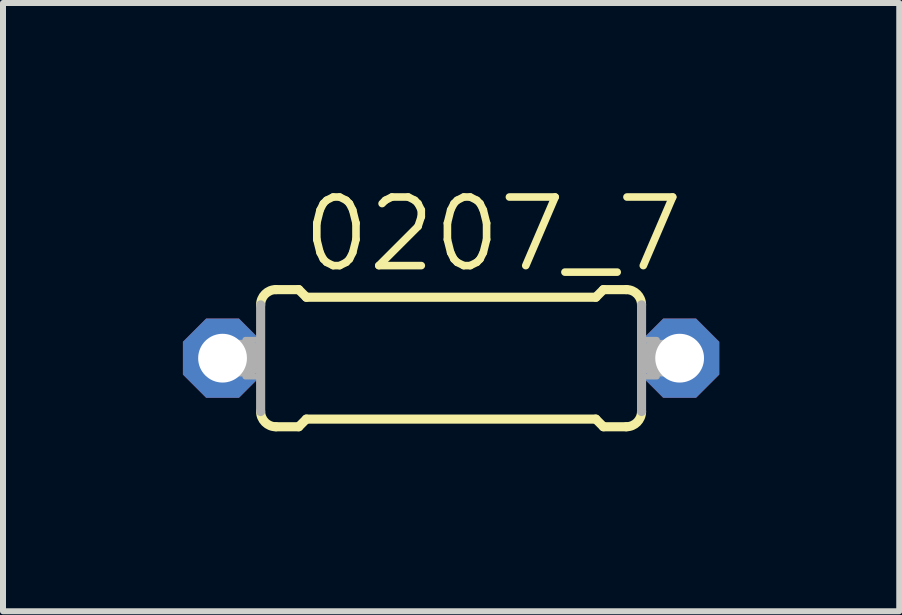
<source format=kicad_pcb>
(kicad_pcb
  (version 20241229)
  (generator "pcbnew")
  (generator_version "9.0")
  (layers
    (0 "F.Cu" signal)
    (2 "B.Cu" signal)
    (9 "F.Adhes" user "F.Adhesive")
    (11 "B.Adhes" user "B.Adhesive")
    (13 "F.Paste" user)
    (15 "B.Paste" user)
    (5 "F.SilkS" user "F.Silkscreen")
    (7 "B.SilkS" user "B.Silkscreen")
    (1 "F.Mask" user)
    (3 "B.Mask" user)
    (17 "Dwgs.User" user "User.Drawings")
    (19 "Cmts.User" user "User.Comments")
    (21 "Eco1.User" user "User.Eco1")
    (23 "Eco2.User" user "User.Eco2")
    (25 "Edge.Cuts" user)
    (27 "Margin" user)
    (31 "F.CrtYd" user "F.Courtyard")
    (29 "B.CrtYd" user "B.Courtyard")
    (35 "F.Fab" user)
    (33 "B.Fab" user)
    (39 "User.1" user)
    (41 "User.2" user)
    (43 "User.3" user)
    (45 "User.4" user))
  (footprint "0207_7"
    (layer "F.Cu")
    (at 4.47 2.921)
    (property "Reference" "0207_7" (at -2.54 -1.397 0) (layer "F.SilkS") (effects (font (size 1.143 1.143) (thickness 0.127)) (justify left bottom)))
    (fp_line (start -2.921 -1.143) (end -2.54 -1.143) (stroke (width 0.152) (type solid)) (layer "F.SilkS"))
    (fp_line (start -2.921 1.143) (end -2.54 1.143) (stroke (width 0.152) (type solid)) (layer "F.SilkS"))
    (fp_line (start -2.413 -1.016) (end -2.54 -1.143) (stroke (width 0.152) (type solid)) (layer "F.SilkS"))
    (fp_line (start -2.413 1.016) (end -2.54 1.143) (stroke (width 0.152) (type solid)) (layer "F.SilkS"))
    (fp_line (start 2.413 -1.016) (end -2.413 -1.016) (stroke (width 0.152) (type solid)) (layer "F.SilkS"))
    (fp_line (start 2.413 -1.016) (end 2.54 -1.143) (stroke (width 0.152) (type solid)) (layer "F.SilkS"))
    (fp_line (start 2.413 1.016) (end -2.413 1.016) (stroke (width 0.152) (type solid)) (layer "F.SilkS"))
    (fp_line (start 2.413 1.016) (end 2.54 1.143) (stroke (width 0.152) (type solid)) (layer "F.SilkS"))
    (fp_line (start 2.921 -1.143) (end 2.54 -1.143) (stroke (width 0.152) (type solid)) (layer "F.SilkS"))
    (fp_line (start 2.921 1.143) (end 2.54 1.143) (stroke (width 0.152) (type solid)) (layer "F.SilkS"))
    (fp_arc (start -3.175 -0.889) (mid -3.100605 -1.068605) (end -2.921 -1.143) (stroke (width 0.1524) (type solid)) (layer "F.SilkS"))
    (fp_arc (start -2.921 1.143) (mid -3.100605 1.068605) (end -3.175 0.889) (stroke (width 0.1524) (type solid)) (layer "F.SilkS"))
    (fp_arc (start 2.921 -1.143) (mid 3.100605 -1.068605) (end 3.175 -0.889) (stroke (width 0.1524) (type solid)) (layer "F.SilkS"))
    (fp_arc (start 3.175 0.889) (mid 3.100605 1.068605) (end 2.921 1.143) (stroke (width 0.1524) (type solid)) (layer "F.SilkS"))
    (fp_line (start -3.81 0) (end -3.429 0) (stroke (width 0.61) (type solid)) (layer "F.Fab"))
    (fp_line (start -3.175 0.889) (end -3.175 -0.889) (stroke (width 0.152) (type solid)) (layer "F.Fab"))
    (fp_line (start 3.175 0.889) (end 3.175 -0.889) (stroke (width 0.152) (type solid)) (layer "F.Fab"))
    (fp_line (start 3.429 0) (end 3.81 0) (stroke (width 0.61) (type solid)) (layer "F.Fab"))
    (fp_poly (pts (xy -3.429 0.305) (xy -3.175 0.305) (xy -3.175 -0.305) (xy -3.429 -0.305)) (stroke (width 0.1) (type default)) (fill no) (layer "F.Fab"))
    (fp_poly (pts (xy 3.175 0.305) (xy 3.429 0.305) (xy 3.429 -0.305) (xy 3.175 -0.305)) (stroke (width 0.1) (type default)) (fill no) (layer "F.Fab"))
    (pad "1" thru_hole roundrect (at -3.81 0) (size 1.321 1.321) (drill 0.813) (layers "*.Cu" "*.Mask") (roundrect_rratio 0.25) (chamfer_ratio 0.293) (chamfer top_left top_right bottom_left bottom_right))
    (pad "2" thru_hole roundrect (at 3.81 0) (size 1.321 1.321) (drill 0.813) (layers "*.Cu" "*.Mask") (roundrect_rratio 0.25) (chamfer_ratio 0.293) (chamfer top_left top_right bottom_left bottom_right)))
  (gr_rect
    (start -3 -3)
    (end 11.941 7.14)
    (stroke (width 0.1) (type default))
    (fill no)
    (layer "Edge.Cuts")))
</source>
